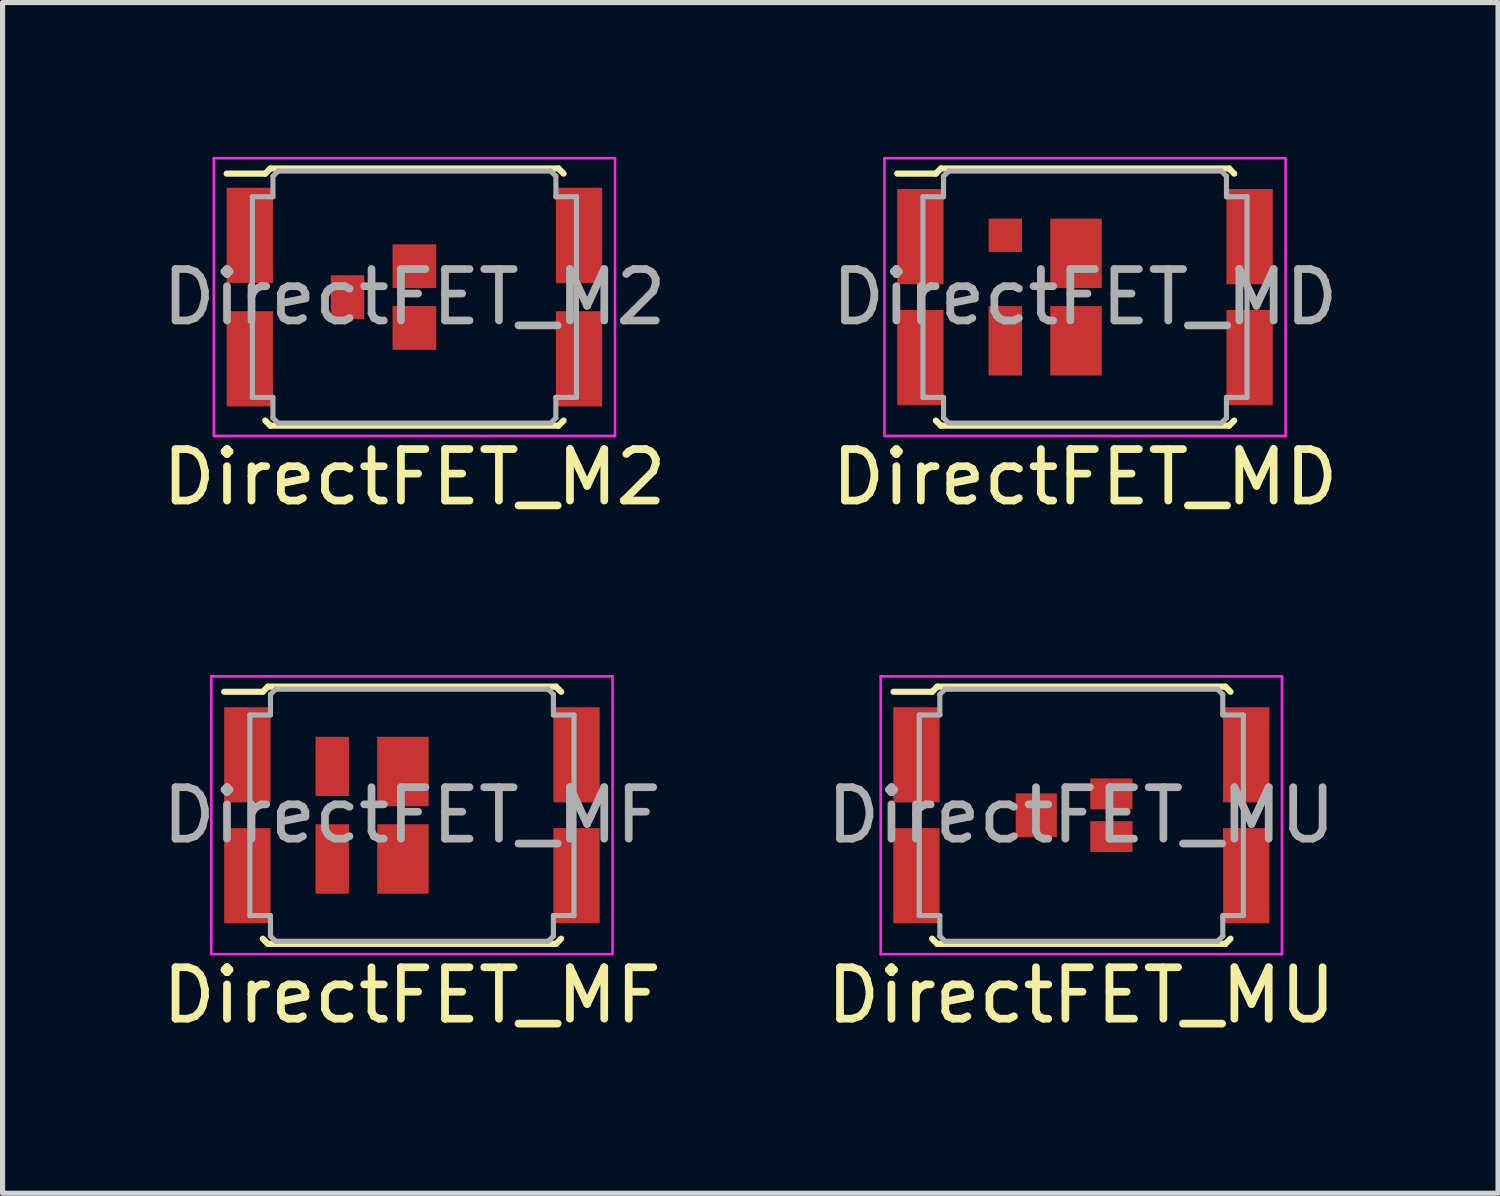
<source format=kicad_pcb>
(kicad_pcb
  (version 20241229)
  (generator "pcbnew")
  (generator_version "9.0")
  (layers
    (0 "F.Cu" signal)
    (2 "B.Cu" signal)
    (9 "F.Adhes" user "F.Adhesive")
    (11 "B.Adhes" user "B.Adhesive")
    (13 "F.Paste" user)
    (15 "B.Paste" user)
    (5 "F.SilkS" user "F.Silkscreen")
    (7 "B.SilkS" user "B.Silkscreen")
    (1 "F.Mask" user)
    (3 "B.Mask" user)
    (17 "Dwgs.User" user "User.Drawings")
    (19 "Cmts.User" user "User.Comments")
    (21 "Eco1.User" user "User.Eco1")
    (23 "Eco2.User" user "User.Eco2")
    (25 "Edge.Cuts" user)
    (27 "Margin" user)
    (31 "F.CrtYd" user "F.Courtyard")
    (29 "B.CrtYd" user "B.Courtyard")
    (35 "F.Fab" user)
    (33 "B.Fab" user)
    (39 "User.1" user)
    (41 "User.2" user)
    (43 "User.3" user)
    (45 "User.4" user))
  (footprint "DirectFET_MD"
    (layer "F.Cu")
    (at 18.042 2.725)
    (property "Reference" "DirectFET_MD" (at 0 3.5 0) (layer "F.SilkS") (effects (font (size 1 1) (thickness 0.15))))
    (attr smd)
    (fp_line (start -3.65 -2.4) (end -2.9 -2.4) (stroke (width 0.12) (type solid)) (layer "F.SilkS"))
    (fp_line (start -2.9 -2.4) (end -2.8 -2.5) (stroke (width 0.12) (type solid)) (layer "F.SilkS"))
    (fp_line (start -2.8 -2.5) (end 2.8 -2.5) (stroke (width 0.12) (type solid)) (layer "F.SilkS"))
    (fp_line (start -2.8 2.5) (end -2.9 2.4) (stroke (width 0.12) (type solid)) (layer "F.SilkS"))
    (fp_line (start 2.8 -2.5) (end 2.9 -2.4) (stroke (width 0.12) (type solid)) (layer "F.SilkS"))
    (fp_line (start 2.8 2.5) (end -2.8 2.5) (stroke (width 0.12) (type solid)) (layer "F.SilkS"))
    (fp_line (start 2.9 2.4) (end 2.8 2.5) (stroke (width 0.12) (type solid)) (layer "F.SilkS"))
    (fp_line (start -3.9 -2.7) (end -3.9 2.7) (stroke (width 0.05) (type solid)) (layer "F.CrtYd"))
    (fp_line (start -3.9 2.7) (end 3.9 2.7) (stroke (width 0.05) (type solid)) (layer "F.CrtYd"))
    (fp_line (start 3.9 -2.7) (end -3.9 -2.7) (stroke (width 0.05) (type solid)) (layer "F.CrtYd"))
    (fp_line (start 3.9 2.7) (end 3.9 -2.7) (stroke (width 0.05) (type solid)) (layer "F.CrtYd"))
    (fp_line (start -3.15 -1.95) (end -2.75 -1.95) (stroke (width 0.1) (type solid)) (layer "F.Fab"))
    (fp_line (start -3.15 1.95) (end -3.15 -1.95) (stroke (width 0.1) (type solid)) (layer "F.Fab"))
    (fp_line (start -3.15 1.95) (end -2.75 1.95) (stroke (width 0.1) (type solid)) (layer "F.Fab"))
    (fp_line (start -2.75 -2.35) (end -2.65 -2.45) (stroke (width 0.1) (type solid)) (layer "F.Fab"))
    (fp_line (start -2.75 -1.95) (end -2.75 -2.35) (stroke (width 0.1) (type solid)) (layer "F.Fab"))
    (fp_line (start -2.75 1.95) (end -2.75 2.35) (stroke (width 0.1) (type solid)) (layer "F.Fab"))
    (fp_line (start -2.75 2.35) (end -2.65 2.45) (stroke (width 0.1) (type solid)) (layer "F.Fab"))
    (fp_line (start -2.65 2.45) (end 2.65 2.45) (stroke (width 0.1) (type solid)) (layer "F.Fab"))
    (fp_line (start 2.65 -2.45) (end -2.65 -2.45) (stroke (width 0.1) (type solid)) (layer "F.Fab"))
    (fp_line (start 2.65 -2.45) (end 2.75 -2.35) (stroke (width 0.1) (type solid)) (layer "F.Fab"))
    (fp_line (start 2.75 -2.35) (end 2.75 -1.95) (stroke (width 0.1) (type solid)) (layer "F.Fab"))
    (fp_line (start 2.75 -1.95) (end 3.15 -1.95) (stroke (width 0.1) (type solid)) (layer "F.Fab"))
    (fp_line (start 2.75 1.95) (end 2.75 2.35) (stroke (width 0.1) (type solid)) (layer "F.Fab"))
    (fp_line (start 2.75 2.35) (end 2.65 2.45) (stroke (width 0.1) (type solid)) (layer "F.Fab"))
    (fp_line (start 3.15 -1.95) (end 3.15 1.95) (stroke (width 0.1) (type solid)) (layer "F.Fab"))
    (fp_line (start 3.15 1.95) (end 2.75 1.95) (stroke (width 0.1) (type solid)) (layer "F.Fab"))
    (fp_text user "${REFERENCE}" (at 0 0 0) (layer "F.Fab") (effects (font (size 1 1) (thickness 0.15))))
    (pad "1" smd rect (at -3.2 -1.175) (size 0.9 1.85) (layers "F.Cu" "F.Mask" "F.Paste"))
    (pad "1" smd rect (at -3.2 1.175) (size 0.9 1.85) (layers "F.Cu" "F.Mask" "F.Paste"))
    (pad "1" smd rect (at 3.2 -1.175) (size 0.9 1.85) (layers "F.Cu" "F.Mask" "F.Paste"))
    (pad "1" smd rect (at 3.2 1.175) (size 0.9 1.85) (layers "F.Cu" "F.Mask" "F.Paste"))
    (pad "2" smd rect (at -1.55 -1.2) (size 0.65 0.65) (layers "F.Cu" "F.Mask" "F.Paste"))
    (pad "3" smd rect (at -1.55 0.85) (size 0.65 1.35) (layers "F.Cu" "F.Mask" "F.Paste"))
    (pad "3" smd rect (at -0.175 -0.85) (size 1 1.35) (layers "F.Cu" "F.Mask" "F.Paste"))
    (pad "3" smd rect (at -0.175 0.85) (size 1 1.35) (layers "F.Cu" "F.Mask" "F.Paste")))
  (footprint "DirectFET_M2"
    (layer "F.Cu")
    (at 5.006 2.725)
    (property "Reference" "DirectFET_M2" (at 0 3.5 0) (layer "F.SilkS") (effects (font (size 1 1) (thickness 0.15))))
    (attr smd)
    (fp_line (start -3.65 -2.4) (end -2.9 -2.4) (stroke (width 0.12) (type solid)) (layer "F.SilkS"))
    (fp_line (start -2.9 -2.4) (end -2.8 -2.5) (stroke (width 0.12) (type solid)) (layer "F.SilkS"))
    (fp_line (start -2.8 -2.5) (end 2.8 -2.5) (stroke (width 0.12) (type solid)) (layer "F.SilkS"))
    (fp_line (start -2.8 2.5) (end -2.9 2.4) (stroke (width 0.12) (type solid)) (layer "F.SilkS"))
    (fp_line (start 2.8 -2.5) (end 2.9 -2.4) (stroke (width 0.12) (type solid)) (layer "F.SilkS"))
    (fp_line (start 2.8 2.5) (end -2.8 2.5) (stroke (width 0.12) (type solid)) (layer "F.SilkS"))
    (fp_line (start 2.9 2.4) (end 2.8 2.5) (stroke (width 0.12) (type solid)) (layer "F.SilkS"))
    (fp_line (start -3.9 -2.7) (end -3.9 2.7) (stroke (width 0.05) (type solid)) (layer "F.CrtYd"))
    (fp_line (start -3.9 2.7) (end 3.9 2.7) (stroke (width 0.05) (type solid)) (layer "F.CrtYd"))
    (fp_line (start 3.9 -2.7) (end -3.9 -2.7) (stroke (width 0.05) (type solid)) (layer "F.CrtYd"))
    (fp_line (start 3.9 2.7) (end 3.9 -2.7) (stroke (width 0.05) (type solid)) (layer "F.CrtYd"))
    (fp_line (start -3.15 -1.95) (end -2.75 -1.95) (stroke (width 0.1) (type solid)) (layer "F.Fab"))
    (fp_line (start -3.15 1.95) (end -3.15 -1.95) (stroke (width 0.1) (type solid)) (layer "F.Fab"))
    (fp_line (start -3.15 1.95) (end -2.75 1.95) (stroke (width 0.1) (type solid)) (layer "F.Fab"))
    (fp_line (start -2.75 -2.35) (end -2.65 -2.45) (stroke (width 0.1) (type solid)) (layer "F.Fab"))
    (fp_line (start -2.75 -1.95) (end -2.75 -2.35) (stroke (width 0.1) (type solid)) (layer "F.Fab"))
    (fp_line (start -2.75 1.95) (end -2.75 2.35) (stroke (width 0.1) (type solid)) (layer "F.Fab"))
    (fp_line (start -2.75 2.35) (end -2.65 2.45) (stroke (width 0.1) (type solid)) (layer "F.Fab"))
    (fp_line (start -2.65 2.45) (end 2.65 2.45) (stroke (width 0.1) (type solid)) (layer "F.Fab"))
    (fp_line (start 2.65 -2.45) (end -2.65 -2.45) (stroke (width 0.1) (type solid)) (layer "F.Fab"))
    (fp_line (start 2.65 -2.45) (end 2.75 -2.35) (stroke (width 0.1) (type solid)) (layer "F.Fab"))
    (fp_line (start 2.75 -2.35) (end 2.75 -1.95) (stroke (width 0.1) (type solid)) (layer "F.Fab"))
    (fp_line (start 2.75 -1.95) (end 3.15 -1.95) (stroke (width 0.1) (type solid)) (layer "F.Fab"))
    (fp_line (start 2.75 1.95) (end 2.75 2.35) (stroke (width 0.1) (type solid)) (layer "F.Fab"))
    (fp_line (start 2.75 2.35) (end 2.65 2.45) (stroke (width 0.1) (type solid)) (layer "F.Fab"))
    (fp_line (start 3.15 -1.95) (end 3.15 1.95) (stroke (width 0.1) (type solid)) (layer "F.Fab"))
    (fp_line (start 3.15 1.95) (end 2.75 1.95) (stroke (width 0.1) (type solid)) (layer "F.Fab"))
    (fp_text user "${REFERENCE}" (at 0 0 0) (layer "F.Fab") (effects (font (size 1 1) (thickness 0.15))))
    (pad "1" smd rect (at -3.2 -1.2) (size 0.9 1.85) (layers "F.Cu" "F.Mask" "F.Paste"))
    (pad "1" smd rect (at -3.2 1.2) (size 0.9 1.85) (layers "F.Cu" "F.Mask" "F.Paste"))
    (pad "1" smd rect (at 3.2 -1.2) (size 0.9 1.85) (layers "F.Cu" "F.Mask" "F.Paste"))
    (pad "1" smd rect (at 3.2 1.2) (size 0.9 1.85) (layers "F.Cu" "F.Mask" "F.Paste"))
    (pad "2" smd rect (at -1.3 0) (size 0.65 0.85) (layers "F.Cu" "F.Mask" "F.Paste"))
    (pad "3" smd rect (at 0 -0.6) (size 0.85 0.85) (layers "F.Cu" "F.Mask" "F.Paste"))
    (pad "3" smd rect (at 0 0.6) (size 0.85 0.85) (layers "F.Cu" "F.Mask" "F.Paste")))
  (footprint "DirectFET_MU"
    (layer "F.Cu")
    (at 17.97 12.798)
    (property "Reference" "DirectFET_MU" (at 0 3.5 0) (layer "F.SilkS") (effects (font (size 1 1) (thickness 0.15))))
    (attr smd)
    (fp_line (start -3.65 -2.4) (end -2.9 -2.4) (stroke (width 0.12) (type solid)) (layer "F.SilkS"))
    (fp_line (start -2.9 -2.4) (end -2.8 -2.5) (stroke (width 0.12) (type solid)) (layer "F.SilkS"))
    (fp_line (start -2.8 -2.5) (end 2.8 -2.5) (stroke (width 0.12) (type solid)) (layer "F.SilkS"))
    (fp_line (start -2.8 2.5) (end -2.9 2.4) (stroke (width 0.12) (type solid)) (layer "F.SilkS"))
    (fp_line (start 2.8 -2.5) (end 2.9 -2.4) (stroke (width 0.12) (type solid)) (layer "F.SilkS"))
    (fp_line (start 2.8 2.5) (end -2.8 2.5) (stroke (width 0.12) (type solid)) (layer "F.SilkS"))
    (fp_line (start 2.9 2.4) (end 2.8 2.5) (stroke (width 0.12) (type solid)) (layer "F.SilkS"))
    (fp_line (start -3.9 -2.7) (end -3.9 2.7) (stroke (width 0.05) (type solid)) (layer "F.CrtYd"))
    (fp_line (start -3.9 2.7) (end 3.9 2.7) (stroke (width 0.05) (type solid)) (layer "F.CrtYd"))
    (fp_line (start 3.9 -2.7) (end -3.9 -2.7) (stroke (width 0.05) (type solid)) (layer "F.CrtYd"))
    (fp_line (start 3.9 2.7) (end 3.9 -2.7) (stroke (width 0.05) (type solid)) (layer "F.CrtYd"))
    (fp_line (start -3.15 -1.95) (end -2.75 -1.95) (stroke (width 0.1) (type solid)) (layer "F.Fab"))
    (fp_line (start -3.15 1.95) (end -3.15 -1.95) (stroke (width 0.1) (type solid)) (layer "F.Fab"))
    (fp_line (start -3.15 1.95) (end -2.75 1.95) (stroke (width 0.1) (type solid)) (layer "F.Fab"))
    (fp_line (start -2.75 -2.35) (end -2.65 -2.45) (stroke (width 0.1) (type solid)) (layer "F.Fab"))
    (fp_line (start -2.75 -1.95) (end -2.75 -2.35) (stroke (width 0.1) (type solid)) (layer "F.Fab"))
    (fp_line (start -2.75 1.95) (end -2.75 2.35) (stroke (width 0.1) (type solid)) (layer "F.Fab"))
    (fp_line (start -2.75 2.35) (end -2.65 2.45) (stroke (width 0.1) (type solid)) (layer "F.Fab"))
    (fp_line (start -2.65 2.45) (end 2.65 2.45) (stroke (width 0.1) (type solid)) (layer "F.Fab"))
    (fp_line (start 2.65 -2.45) (end -2.65 -2.45) (stroke (width 0.1) (type solid)) (layer "F.Fab"))
    (fp_line (start 2.65 -2.45) (end 2.75 -2.35) (stroke (width 0.1) (type solid)) (layer "F.Fab"))
    (fp_line (start 2.75 -2.35) (end 2.75 -1.95) (stroke (width 0.1) (type solid)) (layer "F.Fab"))
    (fp_line (start 2.75 -1.95) (end 3.15 -1.95) (stroke (width 0.1) (type solid)) (layer "F.Fab"))
    (fp_line (start 2.75 1.95) (end 2.75 2.35) (stroke (width 0.1) (type solid)) (layer "F.Fab"))
    (fp_line (start 2.75 2.35) (end 2.65 2.45) (stroke (width 0.1) (type solid)) (layer "F.Fab"))
    (fp_line (start 3.15 -1.95) (end 3.15 1.95) (stroke (width 0.1) (type solid)) (layer "F.Fab"))
    (fp_line (start 3.15 1.95) (end 2.75 1.95) (stroke (width 0.1) (type solid)) (layer "F.Fab"))
    (fp_text user "${REFERENCE}" (at 0 0 0) (layer "F.Fab") (effects (font (size 1 1) (thickness 0.15))))
    (pad "1" smd rect (at -3.205 -1.175) (size 0.9 1.85) (layers "F.Cu" "F.Mask" "F.Paste"))
    (pad "1" smd rect (at -3.205 1.175) (size 0.9 1.85) (layers "F.Cu" "F.Mask" "F.Paste"))
    (pad "1" smd rect (at 3.205 -1.175) (size 0.9 1.85) (layers "F.Cu" "F.Mask" "F.Paste"))
    (pad "1" smd rect (at 3.205 1.175) (size 0.9 1.85) (layers "F.Cu" "F.Mask" "F.Paste"))
    (pad "2" smd rect (at -0.875 0) (size 0.8 0.85) (layers "F.Cu" "F.Mask" "F.Paste"))
    (pad "3" smd rect (at 0.585 -0.415) (size 0.82 0.6) (layers "F.Cu" "F.Mask" "F.Paste"))
    (pad "3" smd rect (at 0.585 0.415) (size 0.82 0.6) (layers "F.Cu" "F.Mask" "F.Paste")))
  (footprint "DirectFET_MF"
    (layer "F.Cu")
    (at 4.958 12.798)
    (property "Reference" "DirectFET_MF" (at 0 3.5 0) (layer "F.SilkS") (effects (font (size 1 1) (thickness 0.15))))
    (attr smd)
    (fp_line (start -3.65 -2.4) (end -2.9 -2.4) (stroke (width 0.12) (type solid)) (layer "F.SilkS"))
    (fp_line (start -2.9 -2.4) (end -2.8 -2.5) (stroke (width 0.12) (type solid)) (layer "F.SilkS"))
    (fp_line (start -2.8 -2.5) (end 2.8 -2.5) (stroke (width 0.12) (type solid)) (layer "F.SilkS"))
    (fp_line (start -2.8 2.5) (end -2.9 2.4) (stroke (width 0.12) (type solid)) (layer "F.SilkS"))
    (fp_line (start 2.8 -2.5) (end 2.9 -2.4) (stroke (width 0.12) (type solid)) (layer "F.SilkS"))
    (fp_line (start 2.8 2.5) (end -2.8 2.5) (stroke (width 0.12) (type solid)) (layer "F.SilkS"))
    (fp_line (start 2.9 2.4) (end 2.8 2.5) (stroke (width 0.12) (type solid)) (layer "F.SilkS"))
    (fp_line (start -3.9 -2.7) (end -3.9 2.7) (stroke (width 0.05) (type solid)) (layer "F.CrtYd"))
    (fp_line (start -3.9 2.7) (end 3.9 2.7) (stroke (width 0.05) (type solid)) (layer "F.CrtYd"))
    (fp_line (start 3.9 -2.7) (end -3.9 -2.7) (stroke (width 0.05) (type solid)) (layer "F.CrtYd"))
    (fp_line (start 3.9 2.7) (end 3.9 -2.7) (stroke (width 0.05) (type solid)) (layer "F.CrtYd"))
    (fp_line (start -3.15 -1.95) (end -2.75 -1.95) (stroke (width 0.1) (type solid)) (layer "F.Fab"))
    (fp_line (start -3.15 1.95) (end -3.15 -1.95) (stroke (width 0.1) (type solid)) (layer "F.Fab"))
    (fp_line (start -3.15 1.95) (end -2.75 1.95) (stroke (width 0.1) (type solid)) (layer "F.Fab"))
    (fp_line (start -2.75 -2.35) (end -2.65 -2.45) (stroke (width 0.1) (type solid)) (layer "F.Fab"))
    (fp_line (start -2.75 -1.95) (end -2.75 -2.35) (stroke (width 0.1) (type solid)) (layer "F.Fab"))
    (fp_line (start -2.75 1.95) (end -2.75 2.35) (stroke (width 0.1) (type solid)) (layer "F.Fab"))
    (fp_line (start -2.75 2.35) (end -2.65 2.45) (stroke (width 0.1) (type solid)) (layer "F.Fab"))
    (fp_line (start -2.65 2.45) (end 2.65 2.45) (stroke (width 0.1) (type solid)) (layer "F.Fab"))
    (fp_line (start 2.65 -2.45) (end -2.65 -2.45) (stroke (width 0.1) (type solid)) (layer "F.Fab"))
    (fp_line (start 2.65 -2.45) (end 2.75 -2.35) (stroke (width 0.1) (type solid)) (layer "F.Fab"))
    (fp_line (start 2.75 -2.35) (end 2.75 -1.95) (stroke (width 0.1) (type solid)) (layer "F.Fab"))
    (fp_line (start 2.75 -1.95) (end 3.15 -1.95) (stroke (width 0.1) (type solid)) (layer "F.Fab"))
    (fp_line (start 2.75 1.95) (end 2.75 2.35) (stroke (width 0.1) (type solid)) (layer "F.Fab"))
    (fp_line (start 2.75 2.35) (end 2.65 2.45) (stroke (width 0.1) (type solid)) (layer "F.Fab"))
    (fp_line (start 3.15 -1.95) (end 3.15 1.95) (stroke (width 0.1) (type solid)) (layer "F.Fab"))
    (fp_line (start 3.15 1.95) (end 2.75 1.95) (stroke (width 0.1) (type solid)) (layer "F.Fab"))
    (fp_text user "${REFERENCE}" (at 0 0 0) (layer "F.Fab") (effects (font (size 1 1) (thickness 0.15))))
    (pad "1" smd rect (at -3.2 -1.175) (size 0.9 1.85) (layers "F.Cu" "F.Mask" "F.Paste"))
    (pad "1" smd rect (at -3.2 1.175) (size 0.9 1.85) (layers "F.Cu" "F.Mask" "F.Paste"))
    (pad "1" smd rect (at 3.2 -1.175) (size 0.9 1.85) (layers "F.Cu" "F.Mask" "F.Paste"))
    (pad "1" smd rect (at 3.2 1.175) (size 0.9 1.85) (layers "F.Cu" "F.Mask" "F.Paste"))
    (pad "2" smd rect (at -1.55 -0.95) (size 0.65 1.15) (layers "F.Cu" "F.Mask" "F.Paste"))
    (pad "3" smd rect (at -1.55 0.85) (size 0.65 1.35) (layers "F.Cu" "F.Mask" "F.Paste"))
    (pad "3" smd rect (at -0.175 -0.85) (size 1 1.35) (layers "F.Cu" "F.Mask" "F.Paste"))
    (pad "3" smd rect (at -0.175 0.85) (size 1 1.35) (layers "F.Cu" "F.Mask" "F.Paste")))
  (gr_rect
    (start -3 -3)
    (end 26.071 20.146)
    (stroke (width 0.1) (type default))
    (fill no)
    (layer "Edge.Cuts")))
</source>
